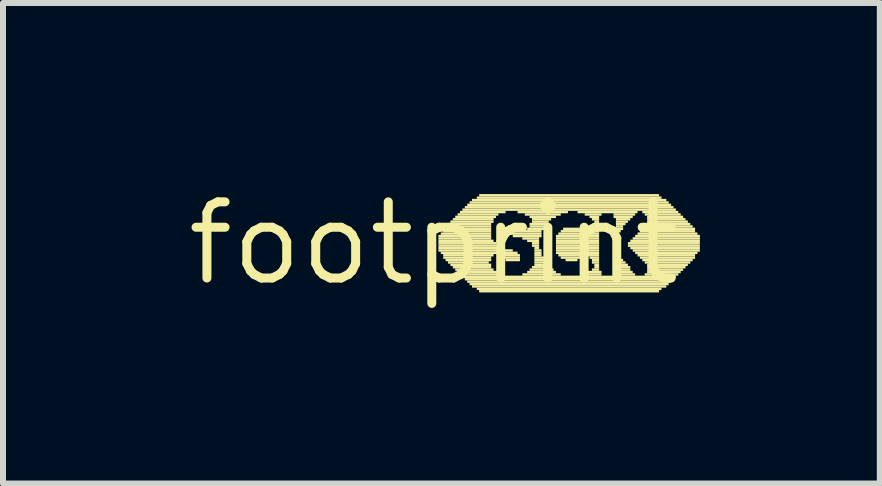
<source format=kicad_pcb>
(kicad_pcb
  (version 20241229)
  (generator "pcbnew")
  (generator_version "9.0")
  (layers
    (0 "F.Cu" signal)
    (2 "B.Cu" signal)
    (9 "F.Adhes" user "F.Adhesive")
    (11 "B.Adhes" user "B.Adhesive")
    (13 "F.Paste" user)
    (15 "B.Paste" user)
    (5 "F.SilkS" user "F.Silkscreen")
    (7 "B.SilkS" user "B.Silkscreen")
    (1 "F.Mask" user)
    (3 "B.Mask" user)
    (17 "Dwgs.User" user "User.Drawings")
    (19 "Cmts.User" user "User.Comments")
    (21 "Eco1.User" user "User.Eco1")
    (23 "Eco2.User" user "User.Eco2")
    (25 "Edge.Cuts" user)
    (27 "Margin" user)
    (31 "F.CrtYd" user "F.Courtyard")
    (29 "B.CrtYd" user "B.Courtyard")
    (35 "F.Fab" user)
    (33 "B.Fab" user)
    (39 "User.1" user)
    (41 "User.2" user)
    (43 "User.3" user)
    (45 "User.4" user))
  (footprint "footprint"
    (layer "F.Cu")
    (at 4.18 1.006)
    (property "Reference" "footprint" (at 0 0 0) (layer "F.SilkS") (effects (font (size 1.27 1.27) (thickness 0.15))))
    (fp_poly (pts (xy 0.08 -0.1) (xy 0.96 -0.1) (xy 0.96 -0.14) (xy 0.08 -0.14)) (stroke (width 0) (type solid)) (fill yes) (layer "F.SilkS"))
    (fp_poly (pts (xy 0.08 -0.06) (xy 0.96 -0.06) (xy 0.96 -0.1) (xy 0.08 -0.1)) (stroke (width 0) (type solid)) (fill yes) (layer "F.SilkS"))
    (fp_poly (pts (xy 0.08 -0.02) (xy 1 -0.02) (xy 1 -0.06) (xy 0.08 -0.06)) (stroke (width 0) (type solid)) (fill yes) (layer "F.SilkS"))
    (fp_poly (pts (xy 0.08 0.02) (xy 1.04 0.02) (xy 1.04 -0.02) (xy 0.08 -0.02)) (stroke (width 0) (type solid)) (fill yes) (layer "F.SilkS"))
    (fp_poly (pts (xy 0.08 0.06) (xy 1.08 0.06) (xy 1.08 0.02) (xy 0.08 0.02)) (stroke (width 0) (type solid)) (fill yes) (layer "F.SilkS"))
    (fp_poly (pts (xy 0.08 0.1) (xy 1.16 0.1) (xy 1.16 0.06) (xy 0.08 0.06)) (stroke (width 0) (type solid)) (fill yes) (layer "F.SilkS"))
    (fp_poly (pts (xy 0.08 0.14) (xy 1.32 0.14) (xy 1.32 0.1) (xy 0.08 0.1)) (stroke (width 0) (type solid)) (fill yes) (layer "F.SilkS"))
    (fp_poly (pts (xy 0.12 -0.14) (xy 0.96 -0.14) (xy 0.96 -0.18) (xy 0.12 -0.18)) (stroke (width 0) (type solid)) (fill yes) (layer "F.SilkS"))
    (fp_poly (pts (xy 0.12 0.18) (xy 1.4 0.18) (xy 1.4 0.14) (xy 0.12 0.14)) (stroke (width 0) (type solid)) (fill yes) (layer "F.SilkS"))
    (fp_poly (pts (xy 0.16 -0.22) (xy 0.96 -0.22) (xy 0.96 -0.26) (xy 0.16 -0.26)) (stroke (width 0) (type solid)) (fill yes) (layer "F.SilkS"))
    (fp_poly (pts (xy 0.16 -0.18) (xy 0.96 -0.18) (xy 0.96 -0.22) (xy 0.16 -0.22)) (stroke (width 0) (type solid)) (fill yes) (layer "F.SilkS"))
    (fp_poly (pts (xy 0.16 0.22) (xy 1 0.22) (xy 1 0.18) (xy 0.16 0.18)) (stroke (width 0) (type solid)) (fill yes) (layer "F.SilkS"))
    (fp_poly (pts (xy 0.16 0.26) (xy 0.96 0.26) (xy 0.96 0.22) (xy 0.16 0.22)) (stroke (width 0) (type solid)) (fill yes) (layer "F.SilkS"))
    (fp_poly (pts (xy 0.2 -0.26) (xy 0.96 -0.26) (xy 0.96 -0.3) (xy 0.2 -0.3)) (stroke (width 0) (type solid)) (fill yes) (layer "F.SilkS"))
    (fp_poly (pts (xy 0.2 0.3) (xy 0.96 0.3) (xy 0.96 0.26) (xy 0.2 0.26)) (stroke (width 0) (type solid)) (fill yes) (layer "F.SilkS"))
    (fp_poly (pts (xy 0.24 -0.3) (xy 0.96 -0.3) (xy 0.96 -0.34) (xy 0.24 -0.34)) (stroke (width 0) (type solid)) (fill yes) (layer "F.SilkS"))
    (fp_poly (pts (xy 0.24 0.34) (xy 0.92 0.34) (xy 0.92 0.3) (xy 0.24 0.3)) (stroke (width 0) (type solid)) (fill yes) (layer "F.SilkS"))
    (fp_poly (pts (xy 0.28 -0.34) (xy 1 -0.34) (xy 1 -0.38) (xy 0.28 -0.38)) (stroke (width 0) (type solid)) (fill yes) (layer "F.SilkS"))
    (fp_poly (pts (xy 0.28 0.38) (xy 0.96 0.38) (xy 0.96 0.34) (xy 0.28 0.34)) (stroke (width 0) (type solid)) (fill yes) (layer "F.SilkS"))
    (fp_poly (pts (xy 0.32 -0.38) (xy 1 -0.38) (xy 1 -0.42) (xy 0.32 -0.42)) (stroke (width 0) (type solid)) (fill yes) (layer "F.SilkS"))
    (fp_poly (pts (xy 0.32 0.42) (xy 0.96 0.42) (xy 0.96 0.38) (xy 0.32 0.38)) (stroke (width 0) (type solid)) (fill yes) (layer "F.SilkS"))
    (fp_poly (pts (xy 0.36 -0.42) (xy 1.04 -0.42) (xy 1.04 -0.46) (xy 0.36 -0.46)) (stroke (width 0) (type solid)) (fill yes) (layer "F.SilkS"))
    (fp_poly (pts (xy 0.36 0.46) (xy 1 0.46) (xy 1 0.42) (xy 0.36 0.42)) (stroke (width 0) (type solid)) (fill yes) (layer "F.SilkS"))
    (fp_poly (pts (xy 0.4 -0.46) (xy 1.08 -0.46) (xy 1.08 -0.5) (xy 0.4 -0.5)) (stroke (width 0) (type solid)) (fill yes) (layer "F.SilkS"))
    (fp_poly (pts (xy 0.4 0.5) (xy 1.08 0.5) (xy 1.08 0.46) (xy 0.4 0.46)) (stroke (width 0) (type solid)) (fill yes) (layer "F.SilkS"))
    (fp_poly (pts (xy 0.44 -0.5) (xy 1.2 -0.5) (xy 1.2 -0.54) (xy 0.44 -0.54)) (stroke (width 0) (type solid)) (fill yes) (layer "F.SilkS"))
    (fp_poly (pts (xy 0.44 0.54) (xy 1.12 0.54) (xy 1.12 0.5) (xy 0.44 0.5)) (stroke (width 0) (type solid)) (fill yes) (layer "F.SilkS"))
    (fp_poly (pts (xy 0.48 -0.54) (xy 4.04 -0.54) (xy 4.04 -0.58) (xy 0.48 -0.58)) (stroke (width 0) (type solid)) (fill yes) (layer "F.SilkS"))
    (fp_poly (pts (xy 0.48 0.58) (xy 4.04 0.58) (xy 4.04 0.54) (xy 0.48 0.54)) (stroke (width 0) (type solid)) (fill yes) (layer "F.SilkS"))
    (fp_poly (pts (xy 0.52 -0.58) (xy 4 -0.58) (xy 4 -0.62) (xy 0.52 -0.62)) (stroke (width 0) (type solid)) (fill yes) (layer "F.SilkS"))
    (fp_poly (pts (xy 0.52 0.62) (xy 4 0.62) (xy 4 0.58) (xy 0.52 0.58)) (stroke (width 0) (type solid)) (fill yes) (layer "F.SilkS"))
    (fp_poly (pts (xy 0.56 -0.62) (xy 3.96 -0.62) (xy 3.96 -0.66) (xy 0.56 -0.66)) (stroke (width 0) (type solid)) (fill yes) (layer "F.SilkS"))
    (fp_poly (pts (xy 0.56 0.66) (xy 3.96 0.66) (xy 3.96 0.62) (xy 0.56 0.62)) (stroke (width 0) (type solid)) (fill yes) (layer "F.SilkS"))
    (fp_poly (pts (xy 0.6 -0.66) (xy 3.92 -0.66) (xy 3.92 -0.7) (xy 0.6 -0.7)) (stroke (width 0) (type solid)) (fill yes) (layer "F.SilkS"))
    (fp_poly (pts (xy 0.6 0.7) (xy 3.92 0.7) (xy 3.92 0.66) (xy 0.6 0.66)) (stroke (width 0) (type solid)) (fill yes) (layer "F.SilkS"))
    (fp_poly (pts (xy 0.64 -0.7) (xy 3.88 -0.7) (xy 3.88 -0.74) (xy 0.64 -0.74)) (stroke (width 0) (type solid)) (fill yes) (layer "F.SilkS"))
    (fp_poly (pts (xy 0.64 0.74) (xy 3.88 0.74) (xy 3.88 0.7) (xy 0.64 0.7)) (stroke (width 0) (type solid)) (fill yes) (layer "F.SilkS"))
    (fp_poly (pts (xy 0.72 -0.74) (xy 3.8 -0.74) (xy 3.8 -0.78) (xy 0.72 -0.78)) (stroke (width 0) (type solid)) (fill yes) (layer "F.SilkS"))
    (fp_poly (pts (xy 0.72 0.78) (xy 3.8 0.78) (xy 3.8 0.74) (xy 0.72 0.74)) (stroke (width 0) (type solid)) (fill yes) (layer "F.SilkS"))
    (fp_poly (pts (xy 0.76 -0.78) (xy 3.76 -0.78) (xy 3.76 -0.82) (xy 0.76 -0.82)) (stroke (width 0) (type solid)) (fill yes) (layer "F.SilkS"))
    (fp_poly (pts (xy 0.76 0.82) (xy 3.76 0.82) (xy 3.76 0.78) (xy 0.76 0.78)) (stroke (width 0) (type solid)) (fill yes) (layer "F.SilkS"))
    (fp_poly (pts (xy 1.12 0.22) (xy 1.44 0.22) (xy 1.44 0.18) (xy 1.12 0.18)) (stroke (width 0) (type solid)) (fill yes) (layer "F.SilkS"))
    (fp_poly (pts (xy 1.16 0.26) (xy 1.44 0.26) (xy 1.44 0.22) (xy 1.16 0.22)) (stroke (width 0) (type solid)) (fill yes) (layer "F.SilkS"))
    (fp_poly (pts (xy 1.2 -0.22) (xy 1.44 -0.22) (xy 1.44 -0.26) (xy 1.2 -0.26)) (stroke (width 0) (type solid)) (fill yes) (layer "F.SilkS"))
    (fp_poly (pts (xy 1.2 -0.18) (xy 1.8 -0.18) (xy 1.8 -0.22) (xy 1.2 -0.22)) (stroke (width 0) (type solid)) (fill yes) (layer "F.SilkS"))
    (fp_poly (pts (xy 1.2 0.3) (xy 1.44 0.3) (xy 1.44 0.26) (xy 1.2 0.26)) (stroke (width 0) (type solid)) (fill yes) (layer "F.SilkS"))
    (fp_poly (pts (xy 1.24 -0.26) (xy 1.4 -0.26) (xy 1.4 -0.3) (xy 1.24 -0.3)) (stroke (width 0) (type solid)) (fill yes) (layer "F.SilkS"))
    (fp_poly (pts (xy 1.24 -0.14) (xy 1.8 -0.14) (xy 1.8 -0.18) (xy 1.24 -0.18)) (stroke (width 0) (type solid)) (fill yes) (layer "F.SilkS"))
    (fp_poly (pts (xy 1.32 -0.1) (xy 1.8 -0.1) (xy 1.8 -0.14) (xy 1.32 -0.14)) (stroke (width 0) (type solid)) (fill yes) (layer "F.SilkS"))
    (fp_poly (pts (xy 1.4 -0.5) (xy 2.24 -0.5) (xy 2.24 -0.54) (xy 1.4 -0.54)) (stroke (width 0) (type solid)) (fill yes) (layer "F.SilkS"))
    (fp_poly (pts (xy 1.48 -0.06) (xy 1.76 -0.06) (xy 1.76 -0.1) (xy 1.48 -0.1)) (stroke (width 0) (type solid)) (fill yes) (layer "F.SilkS"))
    (fp_poly (pts (xy 1.48 0.54) (xy 2.12 0.54) (xy 2.12 0.5) (xy 1.48 0.5)) (stroke (width 0) (type solid)) (fill yes) (layer "F.SilkS"))
    (fp_poly (pts (xy 1.52 -0.46) (xy 2.12 -0.46) (xy 2.12 -0.5) (xy 1.52 -0.5)) (stroke (width 0) (type solid)) (fill yes) (layer "F.SilkS"))
    (fp_poly (pts (xy 1.56 -0.22) (xy 1.84 -0.22) (xy 1.84 -0.26) (xy 1.56 -0.26)) (stroke (width 0) (type solid)) (fill yes) (layer "F.SilkS"))
    (fp_poly (pts (xy 1.56 -0.02) (xy 1.76 -0.02) (xy 1.76 -0.06) (xy 1.56 -0.06)) (stroke (width 0) (type solid)) (fill yes) (layer "F.SilkS"))
    (fp_poly (pts (xy 1.56 0.5) (xy 2.04 0.5) (xy 2.04 0.46) (xy 1.56 0.46)) (stroke (width 0) (type solid)) (fill yes) (layer "F.SilkS"))
    (fp_poly (pts (xy 1.6 -0.42) (xy 2.04 -0.42) (xy 2.04 -0.46) (xy 1.6 -0.46)) (stroke (width 0) (type solid)) (fill yes) (layer "F.SilkS"))
    (fp_poly (pts (xy 1.6 -0.3) (xy 1.88 -0.3) (xy 1.88 -0.34) (xy 1.6 -0.34)) (stroke (width 0) (type solid)) (fill yes) (layer "F.SilkS"))
    (fp_poly (pts (xy 1.6 -0.26) (xy 1.84 -0.26) (xy 1.84 -0.3) (xy 1.6 -0.3)) (stroke (width 0) (type solid)) (fill yes) (layer "F.SilkS"))
    (fp_poly (pts (xy 1.6 0.46) (xy 2 0.46) (xy 2 0.42) (xy 1.6 0.42)) (stroke (width 0) (type solid)) (fill yes) (layer "F.SilkS"))
    (fp_poly (pts (xy 1.64 -0.38) (xy 1.96 -0.38) (xy 1.96 -0.42) (xy 1.64 -0.42)) (stroke (width 0) (type solid)) (fill yes) (layer "F.SilkS"))
    (fp_poly (pts (xy 1.64 -0.34) (xy 1.92 -0.34) (xy 1.92 -0.38) (xy 1.64 -0.38)) (stroke (width 0) (type solid)) (fill yes) (layer "F.SilkS"))
    (fp_poly (pts (xy 1.64 0.02) (xy 1.76 0.02) (xy 1.76 -0.02) (xy 1.64 -0.02)) (stroke (width 0) (type solid)) (fill yes) (layer "F.SilkS"))
    (fp_poly (pts (xy 1.64 0.06) (xy 1.76 0.06) (xy 1.76 0.02) (xy 1.64 0.02)) (stroke (width 0) (type solid)) (fill yes) (layer "F.SilkS"))
    (fp_poly (pts (xy 1.64 0.42) (xy 1.92 0.42) (xy 1.92 0.38) (xy 1.64 0.38)) (stroke (width 0) (type solid)) (fill yes) (layer "F.SilkS"))
    (fp_poly (pts (xy 1.68 0.1) (xy 1.76 0.1) (xy 1.76 0.06) (xy 1.68 0.06)) (stroke (width 0) (type solid)) (fill yes) (layer "F.SilkS"))
    (fp_poly (pts (xy 1.68 0.14) (xy 1.8 0.14) (xy 1.8 0.1) (xy 1.68 0.1)) (stroke (width 0) (type solid)) (fill yes) (layer "F.SilkS"))
    (fp_poly (pts (xy 1.68 0.18) (xy 1.8 0.18) (xy 1.8 0.14) (xy 1.68 0.14)) (stroke (width 0) (type solid)) (fill yes) (layer "F.SilkS"))
    (fp_poly (pts (xy 1.68 0.22) (xy 1.8 0.22) (xy 1.8 0.18) (xy 1.68 0.18)) (stroke (width 0) (type solid)) (fill yes) (layer "F.SilkS"))
    (fp_poly (pts (xy 1.68 0.26) (xy 1.84 0.26) (xy 1.84 0.22) (xy 1.68 0.22)) (stroke (width 0) (type solid)) (fill yes) (layer "F.SilkS"))
    (fp_poly (pts (xy 1.68 0.3) (xy 1.84 0.3) (xy 1.84 0.26) (xy 1.68 0.26)) (stroke (width 0) (type solid)) (fill yes) (layer "F.SilkS"))
    (fp_poly (pts (xy 1.68 0.34) (xy 1.88 0.34) (xy 1.88 0.3) (xy 1.68 0.3)) (stroke (width 0) (type solid)) (fill yes) (layer "F.SilkS"))
    (fp_poly (pts (xy 1.68 0.38) (xy 1.88 0.38) (xy 1.88 0.34) (xy 1.68 0.34)) (stroke (width 0) (type solid)) (fill yes) (layer "F.SilkS"))
    (fp_poly (pts (xy 2.04 -0.1) (xy 2.76 -0.1) (xy 2.76 -0.14) (xy 2.04 -0.14)) (stroke (width 0) (type solid)) (fill yes) (layer "F.SilkS"))
    (fp_poly (pts (xy 2.04 -0.06) (xy 2.76 -0.06) (xy 2.76 -0.1) (xy 2.04 -0.1)) (stroke (width 0) (type solid)) (fill yes) (layer "F.SilkS"))
    (fp_poly (pts (xy 2.04 -0.02) (xy 2.76 -0.02) (xy 2.76 -0.06) (xy 2.04 -0.06)) (stroke (width 0) (type solid)) (fill yes) (layer "F.SilkS"))
    (fp_poly (pts (xy 2.04 0.02) (xy 2.76 0.02) (xy 2.76 -0.02) (xy 2.04 -0.02)) (stroke (width 0) (type solid)) (fill yes) (layer "F.SilkS"))
    (fp_poly (pts (xy 2.04 0.06) (xy 2.76 0.06) (xy 2.76 0.02) (xy 2.04 0.02)) (stroke (width 0) (type solid)) (fill yes) (layer "F.SilkS"))
    (fp_poly (pts (xy 2.04 0.1) (xy 2.76 0.1) (xy 2.76 0.06) (xy 2.04 0.06)) (stroke (width 0) (type solid)) (fill yes) (layer "F.SilkS"))
    (fp_poly (pts (xy 2.04 0.14) (xy 2.76 0.14) (xy 2.76 0.1) (xy 2.04 0.1)) (stroke (width 0) (type solid)) (fill yes) (layer "F.SilkS"))
    (fp_poly (pts (xy 2.04 0.18) (xy 2.76 0.18) (xy 2.76 0.14) (xy 2.04 0.14)) (stroke (width 0) (type solid)) (fill yes) (layer "F.SilkS"))
    (fp_poly (pts (xy 2.08 -0.14) (xy 2.76 -0.14) (xy 2.76 -0.18) (xy 2.08 -0.18)) (stroke (width 0) (type solid)) (fill yes) (layer "F.SilkS"))
    (fp_poly (pts (xy 2.08 0.22) (xy 2.76 0.22) (xy 2.76 0.18) (xy 2.08 0.18)) (stroke (width 0) (type solid)) (fill yes) (layer "F.SilkS"))
    (fp_poly (pts (xy 2.12 -0.18) (xy 2.52 -0.18) (xy 2.52 -0.22) (xy 2.12 -0.22)) (stroke (width 0) (type solid)) (fill yes) (layer "F.SilkS"))
    (fp_poly (pts (xy 2.12 0.26) (xy 2.48 0.26) (xy 2.48 0.22) (xy 2.12 0.22)) (stroke (width 0) (type solid)) (fill yes) (layer "F.SilkS"))
    (fp_poly (pts (xy 2.16 -0.22) (xy 2.44 -0.22) (xy 2.44 -0.26) (xy 2.16 -0.26)) (stroke (width 0) (type solid)) (fill yes) (layer "F.SilkS"))
    (fp_poly (pts (xy 2.2 0.3) (xy 2.4 0.3) (xy 2.4 0.26) (xy 2.2 0.26)) (stroke (width 0) (type solid)) (fill yes) (layer "F.SilkS"))
    (fp_poly (pts (xy 2.4 -0.5) (xy 3.4 -0.5) (xy 3.4 -0.54) (xy 2.4 -0.54)) (stroke (width 0) (type solid)) (fill yes) (layer "F.SilkS"))
    (fp_poly (pts (xy 2.48 0.54) (xy 2.8 0.54) (xy 2.8 0.5) (xy 2.48 0.5)) (stroke (width 0) (type solid)) (fill yes) (layer "F.SilkS"))
    (fp_poly (pts (xy 2.52 -0.46) (xy 2.8 -0.46) (xy 2.8 -0.5) (xy 2.52 -0.5)) (stroke (width 0) (type solid)) (fill yes) (layer "F.SilkS"))
    (fp_poly (pts (xy 2.56 -0.18) (xy 2.76 -0.18) (xy 2.76 -0.22) (xy 2.56 -0.22)) (stroke (width 0) (type solid)) (fill yes) (layer "F.SilkS"))
    (fp_poly (pts (xy 2.56 0.5) (xy 2.8 0.5) (xy 2.8 0.46) (xy 2.56 0.46)) (stroke (width 0) (type solid)) (fill yes) (layer "F.SilkS"))
    (fp_poly (pts (xy 2.6 -0.42) (xy 2.76 -0.42) (xy 2.76 -0.46) (xy 2.6 -0.46)) (stroke (width 0) (type solid)) (fill yes) (layer "F.SilkS"))
    (fp_poly (pts (xy 2.6 -0.22) (xy 2.76 -0.22) (xy 2.76 -0.26) (xy 2.6 -0.26)) (stroke (width 0) (type solid)) (fill yes) (layer "F.SilkS"))
    (fp_poly (pts (xy 2.6 0.26) (xy 2.76 0.26) (xy 2.76 0.22) (xy 2.6 0.22)) (stroke (width 0) (type solid)) (fill yes) (layer "F.SilkS"))
    (fp_poly (pts (xy 2.64 -0.38) (xy 2.76 -0.38) (xy 2.76 -0.42) (xy 2.64 -0.42)) (stroke (width 0) (type solid)) (fill yes) (layer "F.SilkS"))
    (fp_poly (pts (xy 2.64 -0.26) (xy 2.76 -0.26) (xy 2.76 -0.3) (xy 2.64 -0.3)) (stroke (width 0) (type solid)) (fill yes) (layer "F.SilkS"))
    (fp_poly (pts (xy 2.64 0.3) (xy 2.76 0.3) (xy 2.76 0.26) (xy 2.64 0.26)) (stroke (width 0) (type solid)) (fill yes) (layer "F.SilkS"))
    (fp_poly (pts (xy 2.64 0.34) (xy 2.76 0.34) (xy 2.76 0.3) (xy 2.64 0.3)) (stroke (width 0) (type solid)) (fill yes) (layer "F.SilkS"))
    (fp_poly (pts (xy 2.64 0.46) (xy 2.76 0.46) (xy 2.76 0.42) (xy 2.64 0.42)) (stroke (width 0) (type solid)) (fill yes) (layer "F.SilkS"))
    (fp_poly (pts (xy 2.68 -0.34) (xy 2.76 -0.34) (xy 2.76 -0.38) (xy 2.68 -0.38)) (stroke (width 0) (type solid)) (fill yes) (layer "F.SilkS"))
    (fp_poly (pts (xy 2.68 -0.3) (xy 2.76 -0.3) (xy 2.76 -0.34) (xy 2.68 -0.34)) (stroke (width 0) (type solid)) (fill yes) (layer "F.SilkS"))
    (fp_poly (pts (xy 2.68 0.38) (xy 2.76 0.38) (xy 2.76 0.34) (xy 2.68 0.34)) (stroke (width 0) (type solid)) (fill yes) (layer "F.SilkS"))
    (fp_poly (pts (xy 2.68 0.42) (xy 2.76 0.42) (xy 2.76 0.38) (xy 2.68 0.38)) (stroke (width 0) (type solid)) (fill yes) (layer "F.SilkS"))
    (fp_poly (pts (xy 3 -0.46) (xy 3.36 -0.46) (xy 3.36 -0.5) (xy 3 -0.5)) (stroke (width 0) (type solid)) (fill yes) (layer "F.SilkS"))
    (fp_poly (pts (xy 3 -0.42) (xy 3.32 -0.42) (xy 3.32 -0.46) (xy 3 -0.46)) (stroke (width 0) (type solid)) (fill yes) (layer "F.SilkS"))
    (fp_poly (pts (xy 3 0.5) (xy 3.32 0.5) (xy 3.32 0.46) (xy 3 0.46)) (stroke (width 0) (type solid)) (fill yes) (layer "F.SilkS"))
    (fp_poly (pts (xy 3 0.54) (xy 3.36 0.54) (xy 3.36 0.5) (xy 3 0.5)) (stroke (width 0) (type solid)) (fill yes) (layer "F.SilkS"))
    (fp_poly (pts (xy 3.04 -0.38) (xy 3.28 -0.38) (xy 3.28 -0.42) (xy 3.04 -0.42)) (stroke (width 0) (type solid)) (fill yes) (layer "F.SilkS"))
    (fp_poly (pts (xy 3.04 -0.34) (xy 3.24 -0.34) (xy 3.24 -0.38) (xy 3.04 -0.38)) (stroke (width 0) (type solid)) (fill yes) (layer "F.SilkS"))
    (fp_poly (pts (xy 3.04 -0.3) (xy 3.2 -0.3) (xy 3.2 -0.34) (xy 3.04 -0.34)) (stroke (width 0) (type solid)) (fill yes) (layer "F.SilkS"))
    (fp_poly (pts (xy 3.04 -0.26) (xy 3.16 -0.26) (xy 3.16 -0.3) (xy 3.04 -0.3)) (stroke (width 0) (type solid)) (fill yes) (layer "F.SilkS"))
    (fp_poly (pts (xy 3.04 -0.22) (xy 3.16 -0.22) (xy 3.16 -0.26) (xy 3.04 -0.26)) (stroke (width 0) (type solid)) (fill yes) (layer "F.SilkS"))
    (fp_poly (pts (xy 3.04 -0.18) (xy 3.12 -0.18) (xy 3.12 -0.22) (xy 3.04 -0.22)) (stroke (width 0) (type solid)) (fill yes) (layer "F.SilkS"))
    (fp_poly (pts (xy 3.04 -0.14) (xy 3.08 -0.14) (xy 3.08 -0.18) (xy 3.04 -0.18)) (stroke (width 0) (type solid)) (fill yes) (layer "F.SilkS"))
    (fp_poly (pts (xy 3.04 0.22) (xy 3.08 0.22) (xy 3.08 0.18) (xy 3.04 0.18)) (stroke (width 0) (type solid)) (fill yes) (layer "F.SilkS"))
    (fp_poly (pts (xy 3.04 0.26) (xy 3.12 0.26) (xy 3.12 0.22) (xy 3.04 0.22)) (stroke (width 0) (type solid)) (fill yes) (layer "F.SilkS"))
    (fp_poly (pts (xy 3.04 0.3) (xy 3.16 0.3) (xy 3.16 0.26) (xy 3.04 0.26)) (stroke (width 0) (type solid)) (fill yes) (layer "F.SilkS"))
    (fp_poly (pts (xy 3.04 0.34) (xy 3.2 0.34) (xy 3.2 0.3) (xy 3.04 0.3)) (stroke (width 0) (type solid)) (fill yes) (layer "F.SilkS"))
    (fp_poly (pts (xy 3.04 0.38) (xy 3.24 0.38) (xy 3.24 0.34) (xy 3.04 0.34)) (stroke (width 0) (type solid)) (fill yes) (layer "F.SilkS"))
    (fp_poly (pts (xy 3.04 0.42) (xy 3.28 0.42) (xy 3.28 0.38) (xy 3.04 0.38)) (stroke (width 0) (type solid)) (fill yes) (layer "F.SilkS"))
    (fp_poly (pts (xy 3.04 0.46) (xy 3.28 0.46) (xy 3.28 0.42) (xy 3.04 0.42)) (stroke (width 0) (type solid)) (fill yes) (layer "F.SilkS"))
    (fp_poly (pts (xy 3.24 0.02) (xy 4.44 0.02) (xy 4.44 -0.02) (xy 3.24 -0.02)) (stroke (width 0) (type solid)) (fill yes) (layer "F.SilkS"))
    (fp_poly (pts (xy 3.24 0.06) (xy 4.44 0.06) (xy 4.44 0.02) (xy 3.24 0.02)) (stroke (width 0) (type solid)) (fill yes) (layer "F.SilkS"))
    (fp_poly (pts (xy 3.28 -0.02) (xy 4.44 -0.02) (xy 4.44 -0.06) (xy 3.28 -0.06)) (stroke (width 0) (type solid)) (fill yes) (layer "F.SilkS"))
    (fp_poly (pts (xy 3.28 0.1) (xy 4.44 0.1) (xy 4.44 0.06) (xy 3.28 0.06)) (stroke (width 0) (type solid)) (fill yes) (layer "F.SilkS"))
    (fp_poly (pts (xy 3.32 -0.06) (xy 4.44 -0.06) (xy 4.44 -0.1) (xy 3.32 -0.1)) (stroke (width 0) (type solid)) (fill yes) (layer "F.SilkS"))
    (fp_poly (pts (xy 3.32 0.14) (xy 4.44 0.14) (xy 4.44 0.1) (xy 3.32 0.1)) (stroke (width 0) (type solid)) (fill yes) (layer "F.SilkS"))
    (fp_poly (pts (xy 3.36 -0.1) (xy 4.44 -0.1) (xy 4.44 -0.14) (xy 3.36 -0.14)) (stroke (width 0) (type solid)) (fill yes) (layer "F.SilkS"))
    (fp_poly (pts (xy 3.36 0.18) (xy 4.4 0.18) (xy 4.4 0.14) (xy 3.36 0.14)) (stroke (width 0) (type solid)) (fill yes) (layer "F.SilkS"))
    (fp_poly (pts (xy 3.4 -0.14) (xy 4.4 -0.14) (xy 4.4 -0.18) (xy 3.4 -0.18)) (stroke (width 0) (type solid)) (fill yes) (layer "F.SilkS"))
    (fp_poly (pts (xy 3.4 0.22) (xy 4.36 0.22) (xy 4.36 0.18) (xy 3.4 0.18)) (stroke (width 0) (type solid)) (fill yes) (layer "F.SilkS"))
    (fp_poly (pts (xy 3.44 -0.18) (xy 4.36 -0.18) (xy 4.36 -0.22) (xy 3.44 -0.22)) (stroke (width 0) (type solid)) (fill yes) (layer "F.SilkS"))
    (fp_poly (pts (xy 3.44 0.26) (xy 4.36 0.26) (xy 4.36 0.22) (xy 3.44 0.22)) (stroke (width 0) (type solid)) (fill yes) (layer "F.SilkS"))
    (fp_poly (pts (xy 3.48 -0.5) (xy 4.08 -0.5) (xy 4.08 -0.54) (xy 3.48 -0.54)) (stroke (width 0) (type solid)) (fill yes) (layer "F.SilkS"))
    (fp_poly (pts (xy 3.48 -0.22) (xy 4.36 -0.22) (xy 4.36 -0.26) (xy 3.48 -0.26)) (stroke (width 0) (type solid)) (fill yes) (layer "F.SilkS"))
    (fp_poly (pts (xy 3.48 0.3) (xy 4.32 0.3) (xy 4.32 0.26) (xy 3.48 0.26)) (stroke (width 0) (type solid)) (fill yes) (layer "F.SilkS"))
    (fp_poly (pts (xy 3.52 -0.46) (xy 4.12 -0.46) (xy 4.12 -0.5) (xy 3.52 -0.5)) (stroke (width 0) (type solid)) (fill yes) (layer "F.SilkS"))
    (fp_poly (pts (xy 3.52 -0.26) (xy 4.32 -0.26) (xy 4.32 -0.3) (xy 3.52 -0.3)) (stroke (width 0) (type solid)) (fill yes) (layer "F.SilkS"))
    (fp_poly (pts (xy 3.52 0.34) (xy 4.28 0.34) (xy 4.28 0.3) (xy 3.52 0.3)) (stroke (width 0) (type solid)) (fill yes) (layer "F.SilkS"))
    (fp_poly (pts (xy 3.52 0.54) (xy 4.08 0.54) (xy 4.08 0.5) (xy 3.52 0.5)) (stroke (width 0) (type solid)) (fill yes) (layer "F.SilkS"))
    (fp_poly (pts (xy 3.56 -0.42) (xy 4.16 -0.42) (xy 4.16 -0.46) (xy 3.56 -0.46)) (stroke (width 0) (type solid)) (fill yes) (layer "F.SilkS"))
    (fp_poly (pts (xy 3.56 -0.38) (xy 4.2 -0.38) (xy 4.2 -0.42) (xy 3.56 -0.42)) (stroke (width 0) (type solid)) (fill yes) (layer "F.SilkS"))
    (fp_poly (pts (xy 3.56 -0.34) (xy 4.24 -0.34) (xy 4.24 -0.38) (xy 3.56 -0.38)) (stroke (width 0) (type solid)) (fill yes) (layer "F.SilkS"))
    (fp_poly (pts (xy 3.56 -0.3) (xy 4.28 -0.3) (xy 4.28 -0.34) (xy 3.56 -0.34)) (stroke (width 0) (type solid)) (fill yes) (layer "F.SilkS"))
    (fp_poly (pts (xy 3.56 0.38) (xy 4.24 0.38) (xy 4.24 0.34) (xy 3.56 0.34)) (stroke (width 0) (type solid)) (fill yes) (layer "F.SilkS"))
    (fp_poly (pts (xy 3.56 0.42) (xy 4.2 0.42) (xy 4.2 0.38) (xy 3.56 0.38)) (stroke (width 0) (type solid)) (fill yes) (layer "F.SilkS"))
    (fp_poly (pts (xy 3.56 0.46) (xy 4.16 0.46) (xy 4.16 0.42) (xy 3.56 0.42)) (stroke (width 0) (type solid)) (fill yes) (layer "F.SilkS"))
    (fp_poly (pts (xy 3.56 0.5) (xy 4.12 0.5) (xy 4.12 0.46) (xy 3.56 0.46)) (stroke (width 0) (type solid)) (fill yes) (layer "F.SilkS")))
  (gr_rect
    (start -3 -3)
    (end 11.62 5.012)
    (stroke (width 0.1) (type default))
    (fill no)
    (layer "Edge.Cuts")))
</source>
